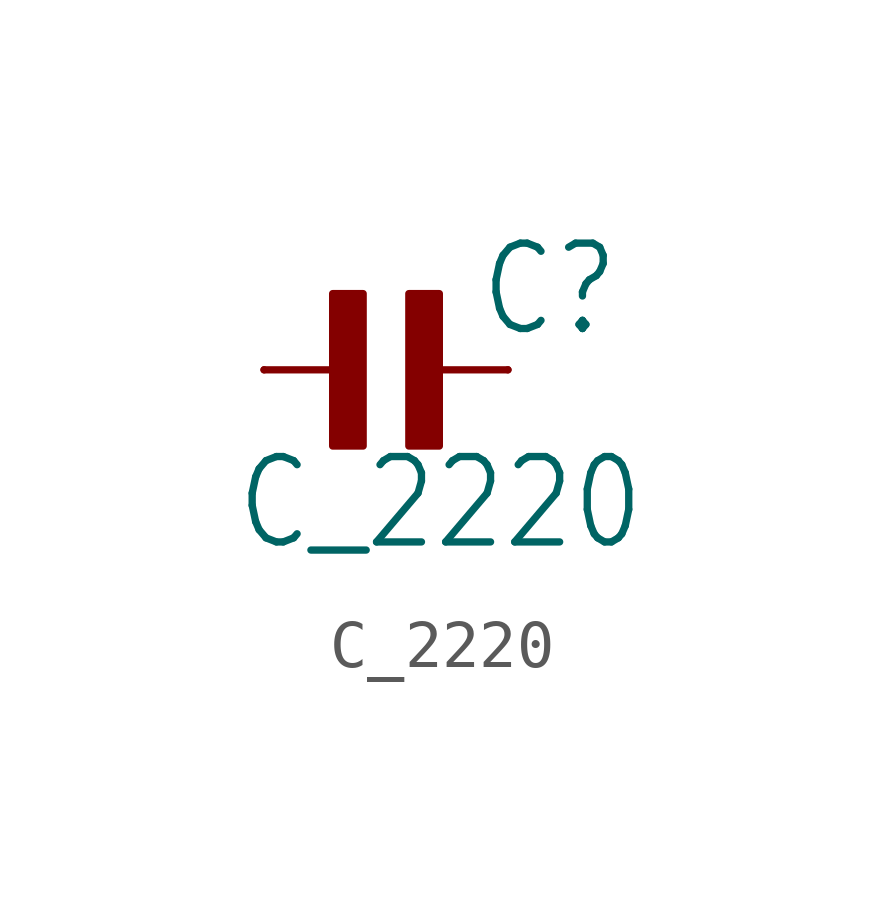
<source format=kicad_sym>
(kicad_symbol_lib
  (version 20211014)
  (generator kicad_symbol_editor)
  (symbol "C_2220"
    (property "Reference" "C"
      (at 1.905 0.635 0)
      (effects (font (size 1.778 1.511)) (justify left bottom)))
    (property "Value" "C_2220"
      (at -3.175 -3.81 0)
      (effects (font (size 1.778 1.511)) (justify left bottom)))
    (property "ki_locked" ""
      (at 0 0 0)
      (effects (font (size 1.27 1.27))))
    (symbol "C_2220_1_0"
      (rectangle (start -1.111 -1.587) (end -0.476 1.587) (stroke (width 0) (type default) (color 0 0 0 0)) (fill (type outline)))
      (polyline (pts (xy -2.54 0) (xy -0.635 0)) (stroke (width 0.152) (type default) (color 0 0 0 0)) (fill (type none)))
      (polyline (pts (xy 2.54 0) (xy 0.635 0)) (stroke (width 0.152) (type default) (color 0 0 0 0)) (fill (type none)))
      (rectangle (start 0.476 -1.587) (end 1.111 1.587) (stroke (width 0) (type default) (color 0 0 0 0)) (fill (type outline)))
      (pin passive line (at -2.54 0 0) (length 0) (name "1" (effects (font (size 0 0)))) (number "1" (effects (font (size 0 0)))))
      (pin passive line (at 2.54 0 180) (length 0) (name "2" (effects (font (size 0 0)))) (number "2" (effects (font (size 0 0))))))))
</source>
